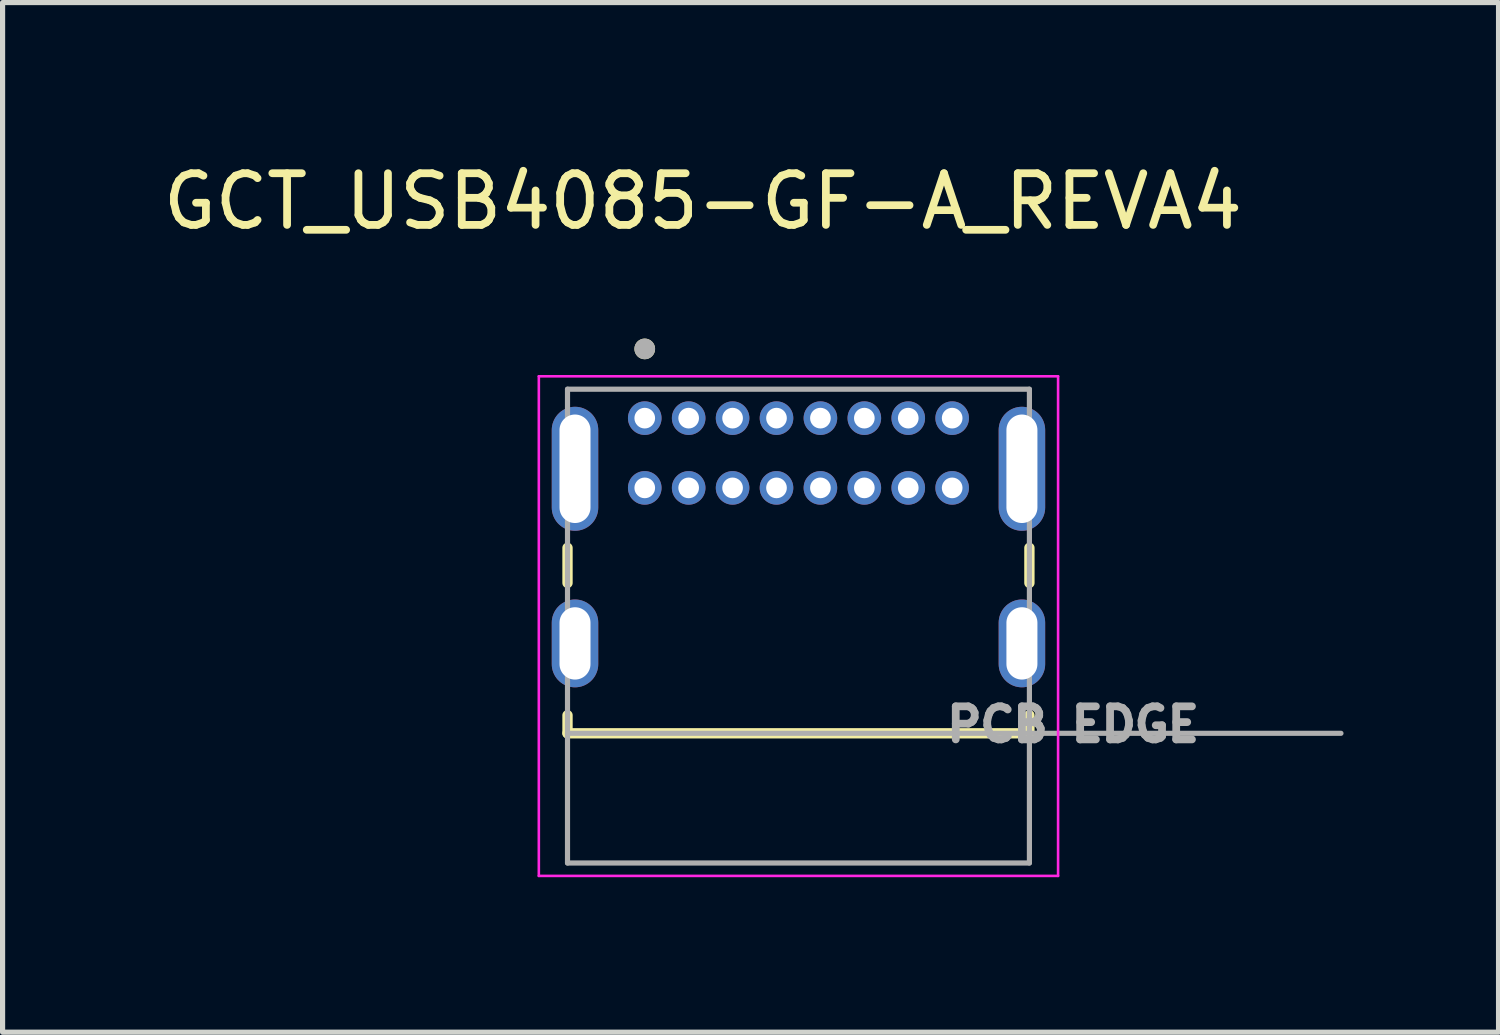
<source format=kicad_pcb>
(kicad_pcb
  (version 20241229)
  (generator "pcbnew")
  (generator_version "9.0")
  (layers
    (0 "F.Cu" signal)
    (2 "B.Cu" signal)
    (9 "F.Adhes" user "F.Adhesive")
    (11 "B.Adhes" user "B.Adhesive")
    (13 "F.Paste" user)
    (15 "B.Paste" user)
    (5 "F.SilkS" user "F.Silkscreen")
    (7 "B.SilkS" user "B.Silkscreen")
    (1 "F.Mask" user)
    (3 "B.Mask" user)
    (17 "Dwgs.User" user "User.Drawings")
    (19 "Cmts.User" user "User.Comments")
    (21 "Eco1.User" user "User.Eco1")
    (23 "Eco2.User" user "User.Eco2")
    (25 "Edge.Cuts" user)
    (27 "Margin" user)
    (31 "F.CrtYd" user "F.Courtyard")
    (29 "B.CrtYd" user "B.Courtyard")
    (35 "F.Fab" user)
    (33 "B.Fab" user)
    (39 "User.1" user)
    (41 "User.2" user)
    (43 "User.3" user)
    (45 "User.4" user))
  (footprint "GCT_USB4085-GF-A_REVA4"
    (layer "F.Cu")
    (at 12.404 9.403)
    (property "Reference" "GCT_USB4085-GF-A_REVA4" (at -1.85 -8.555 0) (layer "F.SilkS") (effects (font (size 1 1) (thickness 0.15))))
    (attr through_hole)
    (fp_line (start -4.47 -1.85) (end -4.47 -1.17) (stroke (width 0.2) (type solid)) (layer "F.SilkS"))
    (fp_line (start -4.47 1.39) (end -4.47 1.74) (stroke (width 0.2) (type solid)) (layer "F.SilkS"))
    (fp_line (start -4.47 1.74) (end 4.47 1.74) (stroke (width 0.2) (type solid)) (layer "F.SilkS"))
    (fp_line (start 4.47 -1.85) (end 4.47 -1.17) (stroke (width 0.2) (type solid)) (layer "F.SilkS"))
    (fp_line (start 4.47 1.74) (end 4.47 1.39) (stroke (width 0.2) (type solid)) (layer "F.SilkS"))
    (fp_circle (center -2.975 -5.7) (end -2.875 -5.7) (stroke (width 0.2) (type solid)) (fill no) (layer "F.SilkS"))
    (fp_line (start -5.025 -5.17) (end 5.025 -5.17) (stroke (width 0.05) (type solid)) (layer "F.CrtYd"))
    (fp_line (start -5.025 4.5) (end -5.025 -5.17) (stroke (width 0.05) (type solid)) (layer "F.CrtYd"))
    (fp_line (start 5.025 -5.17) (end 5.025 4.5) (stroke (width 0.05) (type solid)) (layer "F.CrtYd"))
    (fp_line (start 5.025 4.5) (end -5.025 4.5) (stroke (width 0.05) (type solid)) (layer "F.CrtYd"))
    (fp_line (start -4.47 -4.92) (end 4.47 -4.92) (stroke (width 0.1) (type solid)) (layer "F.Fab"))
    (fp_line (start -4.47 1.74) (end -4.47 -4.92) (stroke (width 0.1) (type solid)) (layer "F.Fab"))
    (fp_line (start -4.47 1.74) (end 10.5 1.74) (stroke (width 0.1) (type solid)) (layer "F.Fab"))
    (fp_line (start -4.47 4.25) (end -4.47 1.74) (stroke (width 0.1) (type solid)) (layer "F.Fab"))
    (fp_line (start 4.47 -4.92) (end 4.47 4.25) (stroke (width 0.1) (type solid)) (layer "F.Fab"))
    (fp_line (start 4.47 4.25) (end -4.47 4.25) (stroke (width 0.1) (type solid)) (layer "F.Fab"))
    (fp_circle (center -2.975 -5.7) (end -2.875 -5.7) (stroke (width 0.2) (type solid)) (fill no) (layer "F.Fab"))
    (fp_text user "PCB EDGE" (at 5.315 1.57 0) (layer "F.Fab") (effects (font (size 0.64 0.64) (thickness 0.15))))
    (pad "A1" thru_hole circle (at -2.975 -4.36) (size 0.65 0.65) (drill 0.4) (layers "*.Cu" "*.Mask"))
    (pad "A4" thru_hole circle (at -2.125 -4.36) (size 0.65 0.65) (drill 0.4) (layers "*.Cu" "*.Mask"))
    (pad "A5" thru_hole circle (at -1.275 -4.36) (size 0.65 0.65) (drill 0.4) (layers "*.Cu" "*.Mask"))
    (pad "A6" thru_hole circle (at -0.425 -4.36) (size 0.65 0.65) (drill 0.4) (layers "*.Cu" "*.Mask"))
    (pad "A7" thru_hole circle (at 0.425 -4.36) (size 0.65 0.65) (drill 0.4) (layers "*.Cu" "*.Mask"))
    (pad "A8" thru_hole circle (at 1.275 -4.36) (size 0.65 0.65) (drill 0.4) (layers "*.Cu" "*.Mask"))
    (pad "A9" thru_hole circle (at 2.125 -4.36) (size 0.65 0.65) (drill 0.4) (layers "*.Cu" "*.Mask"))
    (pad "A12" thru_hole circle (at 2.975 -4.36) (size 0.65 0.65) (drill 0.4) (layers "*.Cu" "*.Mask"))
    (pad "B1" thru_hole circle (at 2.975 -3.01) (size 0.65 0.65) (drill 0.4) (layers "*.Cu" "*.Mask"))
    (pad "B4" thru_hole circle (at 2.125 -3.01) (size 0.65 0.65) (drill 0.4) (layers "*.Cu" "*.Mask"))
    (pad "B5" thru_hole circle (at 1.275 -3.01) (size 0.65 0.65) (drill 0.4) (layers "*.Cu" "*.Mask"))
    (pad "B6" thru_hole circle (at 0.425 -3.01) (size 0.65 0.65) (drill 0.4) (layers "*.Cu" "*.Mask"))
    (pad "B7" thru_hole circle (at -0.425 -3.01) (size 0.65 0.65) (drill 0.4) (layers "*.Cu" "*.Mask"))
    (pad "B8" thru_hole circle (at -1.275 -3.01) (size 0.65 0.65) (drill 0.4) (layers "*.Cu" "*.Mask"))
    (pad "B9" thru_hole circle (at -2.125 -3.01) (size 0.65 0.65) (drill 0.4) (layers "*.Cu" "*.Mask"))
    (pad "B12" thru_hole circle (at -2.975 -3.01) (size 0.65 0.65) (drill 0.4) (layers "*.Cu" "*.Mask"))
    (pad "S1" thru_hole oval (at -4.325 0) (size 0.9 1.7) (drill oval 0.6 1.4) (layers "*.Cu" "*.Mask"))
    (pad "S2" thru_hole oval (at 4.325 0) (size 0.9 1.7) (drill oval 0.6 1.4) (layers "*.Cu" "*.Mask"))
    (pad "S3" thru_hole oval (at -4.325 -3.38) (size 0.9 2.4) (drill oval 0.6 2.1) (layers "*.Cu" "*.Mask"))
    (pad "S4" thru_hole oval (at 4.325 -3.38) (size 0.9 2.4) (drill oval 0.6 2.1) (layers "*.Cu" "*.Mask")))
  (gr_rect
    (start -3 -3)
    (end 25.954 16.928)
    (stroke (width 0.1) (type default))
    (fill no)
    (layer "Edge.Cuts")))
</source>
